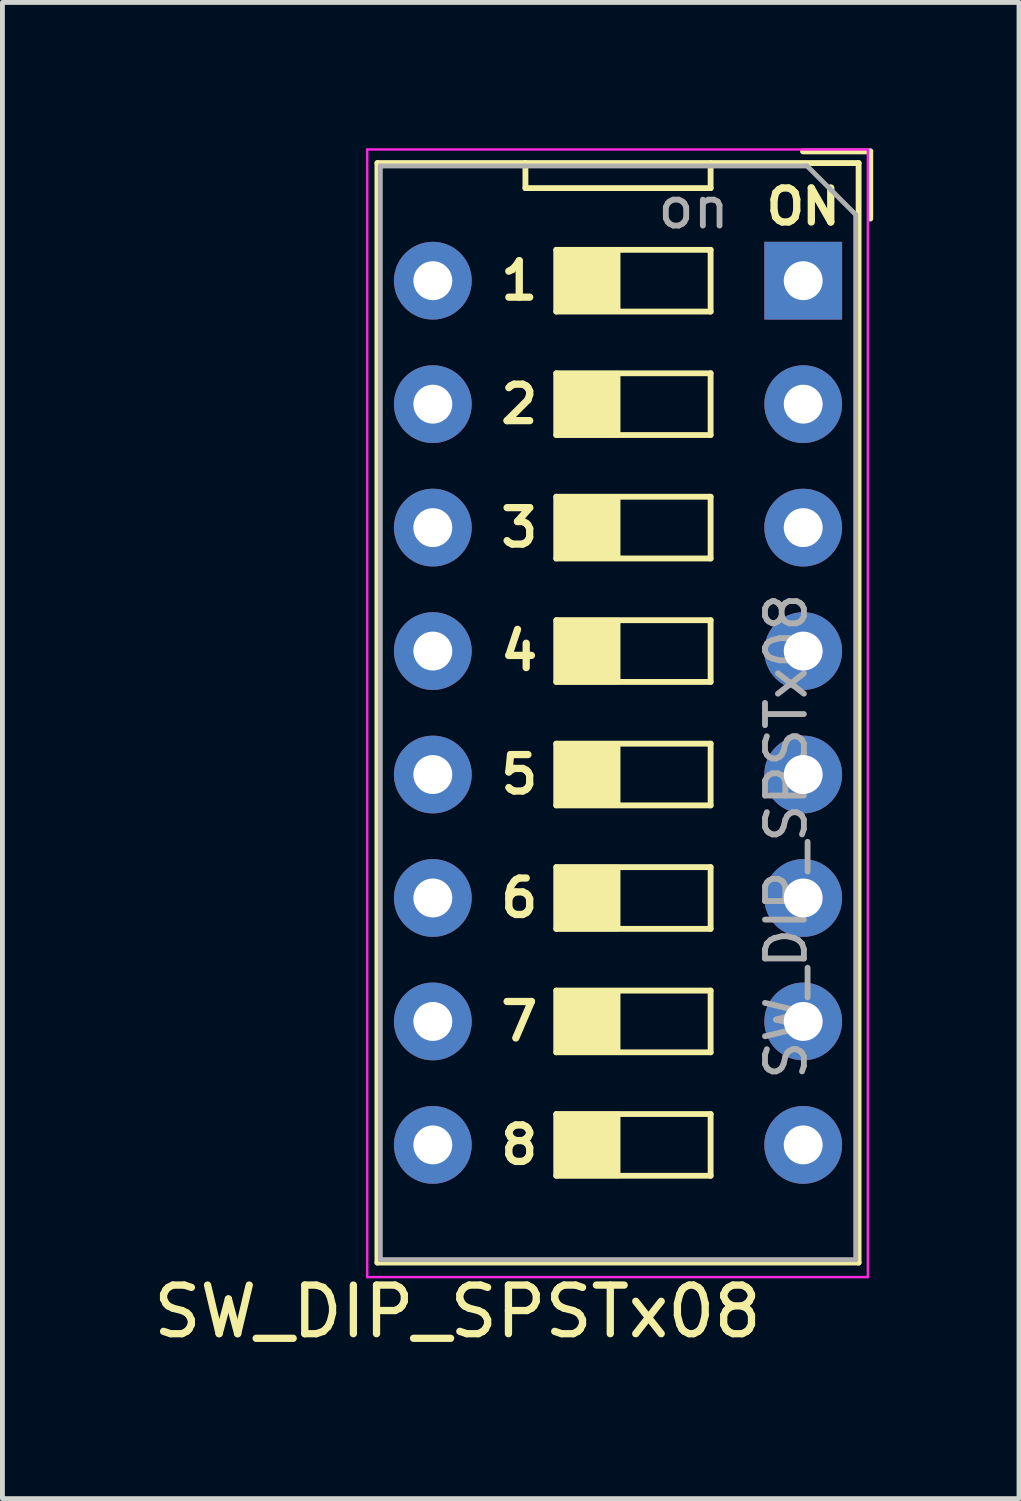
<source format=kicad_pcb>
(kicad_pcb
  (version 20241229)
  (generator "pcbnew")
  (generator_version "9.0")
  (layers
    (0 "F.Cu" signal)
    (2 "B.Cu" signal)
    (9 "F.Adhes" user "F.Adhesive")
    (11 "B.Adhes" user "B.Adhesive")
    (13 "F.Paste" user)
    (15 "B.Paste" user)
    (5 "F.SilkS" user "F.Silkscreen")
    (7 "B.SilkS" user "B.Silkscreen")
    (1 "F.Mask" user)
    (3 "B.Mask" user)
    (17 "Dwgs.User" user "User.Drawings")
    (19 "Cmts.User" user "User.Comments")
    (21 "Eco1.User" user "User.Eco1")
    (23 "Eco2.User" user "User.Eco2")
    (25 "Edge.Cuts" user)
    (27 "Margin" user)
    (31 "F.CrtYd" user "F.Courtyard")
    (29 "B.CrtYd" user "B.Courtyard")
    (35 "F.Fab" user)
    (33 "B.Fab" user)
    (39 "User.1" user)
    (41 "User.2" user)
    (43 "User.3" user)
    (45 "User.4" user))
  (footprint "SW_DIP_SPSTx08"
    (layer "F.Cu")
    (at 5.855 2.725)
    (property "Reference" "SW_DIP_SPSTx08" (at 0.508 21.209 0) (layer "F.SilkS") (effects (font (size 1 1) (thickness 0.15))))
    (attr smd)
    (fp_line (start -1.14 -2.42) (end -1.14 20.201) (stroke (width 0.12) (type solid)) (layer "F.SilkS"))
    (fp_line (start -1.14 -2.42) (end 8.76 -2.42) (stroke (width 0.12) (type solid)) (layer "F.SilkS"))
    (fp_line (start -1.14 20.201) (end 8.76 20.201) (stroke (width 0.12) (type solid)) (layer "F.SilkS"))
    (fp_line (start 1.905 -1.905) (end 1.905 -2.42) (stroke (width 0.12) (type solid)) (layer "F.SilkS"))
    (fp_line (start 2.54 -0.635) (end 5.715 -0.635) (stroke (width 0.12) (type solid)) (layer "F.SilkS"))
    (fp_line (start 2.54 0.635) (end 2.54 -0.635) (stroke (width 0.12) (type solid)) (layer "F.SilkS"))
    (fp_line (start 2.54 1.905) (end 5.715 1.905) (stroke (width 0.12) (type solid)) (layer "F.SilkS"))
    (fp_line (start 2.54 3.175) (end 2.54 1.905) (stroke (width 0.12) (type solid)) (layer "F.SilkS"))
    (fp_line (start 2.54 4.445) (end 5.715 4.445) (stroke (width 0.12) (type solid)) (layer "F.SilkS"))
    (fp_line (start 2.54 5.715) (end 2.54 4.445) (stroke (width 0.12) (type solid)) (layer "F.SilkS"))
    (fp_line (start 2.54 6.985) (end 5.715 6.985) (stroke (width 0.12) (type solid)) (layer "F.SilkS"))
    (fp_line (start 2.54 8.255) (end 2.54 6.985) (stroke (width 0.12) (type solid)) (layer "F.SilkS"))
    (fp_line (start 2.54 9.525) (end 5.715 9.525) (stroke (width 0.12) (type solid)) (layer "F.SilkS"))
    (fp_line (start 2.54 10.795) (end 2.54 9.525) (stroke (width 0.12) (type solid)) (layer "F.SilkS"))
    (fp_line (start 2.54 12.065) (end 5.715 12.065) (stroke (width 0.12) (type solid)) (layer "F.SilkS"))
    (fp_line (start 2.54 13.335) (end 2.54 12.065) (stroke (width 0.12) (type solid)) (layer "F.SilkS"))
    (fp_line (start 2.54 14.605) (end 5.715 14.605) (stroke (width 0.12) (type solid)) (layer "F.SilkS"))
    (fp_line (start 2.54 15.875) (end 2.54 14.605) (stroke (width 0.12) (type solid)) (layer "F.SilkS"))
    (fp_line (start 2.54 17.145) (end 5.715 17.145) (stroke (width 0.12) (type solid)) (layer "F.SilkS"))
    (fp_line (start 2.54 18.415) (end 2.54 17.145) (stroke (width 0.12) (type solid)) (layer "F.SilkS"))
    (fp_line (start 5.715 -1.905) (end 1.905 -1.905) (stroke (width 0.12) (type solid)) (layer "F.SilkS"))
    (fp_line (start 5.715 -1.905) (end 5.715 -2.42) (stroke (width 0.12) (type solid)) (layer "F.SilkS"))
    (fp_line (start 5.715 -0.635) (end 5.715 0.635) (stroke (width 0.12) (type solid)) (layer "F.SilkS"))
    (fp_line (start 5.715 0.635) (end 2.54 0.635) (stroke (width 0.12) (type solid)) (layer "F.SilkS"))
    (fp_line (start 5.715 1.905) (end 5.715 3.175) (stroke (width 0.12) (type solid)) (layer "F.SilkS"))
    (fp_line (start 5.715 3.175) (end 2.54 3.175) (stroke (width 0.12) (type solid)) (layer "F.SilkS"))
    (fp_line (start 5.715 4.445) (end 5.715 5.715) (stroke (width 0.12) (type solid)) (layer "F.SilkS"))
    (fp_line (start 5.715 5.715) (end 2.54 5.715) (stroke (width 0.12) (type solid)) (layer "F.SilkS"))
    (fp_line (start 5.715 6.985) (end 5.715 8.255) (stroke (width 0.12) (type solid)) (layer "F.SilkS"))
    (fp_line (start 5.715 8.255) (end 2.54 8.255) (stroke (width 0.12) (type solid)) (layer "F.SilkS"))
    (fp_line (start 5.715 9.525) (end 5.715 10.795) (stroke (width 0.12) (type solid)) (layer "F.SilkS"))
    (fp_line (start 5.715 10.795) (end 2.54 10.795) (stroke (width 0.12) (type solid)) (layer "F.SilkS"))
    (fp_line (start 5.715 12.065) (end 5.715 13.335) (stroke (width 0.12) (type solid)) (layer "F.SilkS"))
    (fp_line (start 5.715 13.335) (end 2.54 13.335) (stroke (width 0.12) (type solid)) (layer "F.SilkS"))
    (fp_line (start 5.715 14.605) (end 5.715 15.875) (stroke (width 0.12) (type solid)) (layer "F.SilkS"))
    (fp_line (start 5.715 15.875) (end 2.54 15.875) (stroke (width 0.12) (type solid)) (layer "F.SilkS"))
    (fp_line (start 5.715 17.145) (end 5.715 18.415) (stroke (width 0.12) (type solid)) (layer "F.SilkS"))
    (fp_line (start 5.715 18.415) (end 2.54 18.415) (stroke (width 0.12) (type solid)) (layer "F.SilkS"))
    (fp_line (start 8.76 -2.42) (end 8.76 20.201) (stroke (width 0.12) (type solid)) (layer "F.SilkS"))
    (fp_line (start 9 -2.66) (end 7.616 -2.66) (stroke (width 0.12) (type solid)) (layer "F.SilkS"))
    (fp_line (start 9 -2.66) (end 9 -1.277) (stroke (width 0.12) (type solid)) (layer "F.SilkS"))
    (fp_poly (pts (xy 3.81 0.635) (xy 2.54 0.635) (xy 2.54 -0.635) (xy 3.81 -0.635)) (stroke (width 0.1) (type solid)) (fill yes) (layer "F.SilkS"))
    (fp_poly (pts (xy 3.81 3.175) (xy 2.54 3.175) (xy 2.54 1.905) (xy 3.81 1.905)) (stroke (width 0.1) (type solid)) (fill yes) (layer "F.SilkS"))
    (fp_poly (pts (xy 3.81 5.715) (xy 2.54 5.715) (xy 2.54 4.445) (xy 3.81 4.445)) (stroke (width 0.1) (type solid)) (fill yes) (layer "F.SilkS"))
    (fp_poly (pts (xy 3.81 8.255) (xy 2.54 8.255) (xy 2.54 6.985) (xy 3.81 6.985)) (stroke (width 0.1) (type solid)) (fill yes) (layer "F.SilkS"))
    (fp_poly (pts (xy 3.81 10.795) (xy 2.54 10.795) (xy 2.54 9.525) (xy 3.81 9.525)) (stroke (width 0.1) (type solid)) (fill yes) (layer "F.SilkS"))
    (fp_poly (pts (xy 3.81 13.335) (xy 2.54 13.335) (xy 2.54 12.065) (xy 3.81 12.065)) (stroke (width 0.1) (type solid)) (fill yes) (layer "F.SilkS"))
    (fp_poly (pts (xy 3.81 15.875) (xy 2.54 15.875) (xy 2.54 14.605) (xy 3.81 14.605)) (stroke (width 0.1) (type solid)) (fill yes) (layer "F.SilkS"))
    (fp_poly (pts (xy 3.81 18.415) (xy 2.54 18.415) (xy 2.54 17.145) (xy 3.81 17.145)) (stroke (width 0.1) (type solid)) (fill yes) (layer "F.SilkS"))
    (fp_line (start -1.35 -2.7) (end -1.35 20.5) (stroke (width 0.05) (type solid)) (layer "F.CrtYd"))
    (fp_line (start -1.35 20.5) (end 8.95 20.5) (stroke (width 0.05) (type solid)) (layer "F.CrtYd"))
    (fp_line (start 8.95 -2.7) (end -1.35 -2.7) (stroke (width 0.05) (type solid)) (layer "F.CrtYd"))
    (fp_line (start 8.95 20.5) (end 8.95 -2.7) (stroke (width 0.05) (type solid)) (layer "F.CrtYd"))
    (fp_line (start -1.08 -2.36) (end -1.08 20.14) (stroke (width 0.1) (type solid)) (layer "F.Fab"))
    (fp_line (start 7.7 -2.36) (end -1.08 -2.36) (stroke (width 0.1) (type solid)) (layer "F.Fab"))
    (fp_line (start 8.7 -1.36) (end 7.7 -2.36) (stroke (width 0.1) (type solid)) (layer "F.Fab"))
    (fp_line (start 8.7 20.14) (end -1.08 20.14) (stroke (width 0.1) (type solid)) (layer "F.Fab"))
    (fp_line (start 8.7 20.14) (end 8.7 -1.36) (stroke (width 0.1) (type solid)) (layer "F.Fab"))
    (fp_text user "2" (at 1.778 2.54 0) (layer "F.SilkS") (effects (font (size 0.75 0.75) (thickness 0.15))))
    (fp_text user "6" (at 1.778 12.7 0) (layer "F.SilkS") (effects (font (size 0.75 0.75) (thickness 0.15))))
    (fp_text user "8" (at 1.778 17.78 0) (layer "F.SilkS") (effects (font (size 0.75 0.75) (thickness 0.15))))
    (fp_text user "5" (at 1.778 10.16 0) (layer "F.SilkS") (effects (font (size 0.75 0.75) (thickness 0.15))))
    (fp_text user "1" (at 1.778 0 0) (layer "F.SilkS") (effects (font (size 0.75 0.75) (thickness 0.15))))
    (fp_text user "ON" (at 7.62 -1.524 180) (layer "F.SilkS") (effects (font (size 0.7 0.7) (thickness 0.15))))
    (fp_text user "4" (at 1.778 7.62 0) (layer "F.SilkS") (effects (font (size 0.75 0.75) (thickness 0.15))))
    (fp_text user "3" (at 1.778 5.08 0) (layer "F.SilkS") (effects (font (size 0.75 0.75) (thickness 0.15))))
    (fp_text user "7" (at 1.778 15.24 0) (layer "F.SilkS") (effects (font (size 0.75 0.75) (thickness 0.15))))
    (fp_text user "${REFERENCE}" (at 7.27 11.43 90) (layer "F.Fab") (effects (font (size 0.8 0.8) (thickness 0.12))))
    (fp_text user "on" (at 5.365 -1.498 0) (layer "F.Fab") (effects (font (size 0.8 0.8) (thickness 0.12))))
    (pad "1" thru_hole rect (at 7.62 0) (size 1.6 1.6) (drill 0.8) (layers "*.Cu" "*.Mask"))
    (pad "2" thru_hole oval (at 7.62 2.54) (size 1.6 1.6) (drill 0.8) (layers "*.Cu" "*.Mask"))
    (pad "3" thru_hole oval (at 7.62 5.08) (size 1.6 1.6) (drill 0.8) (layers "*.Cu" "*.Mask"))
    (pad "4" thru_hole oval (at 7.62 7.62) (size 1.6 1.6) (drill 0.8) (layers "*.Cu" "*.Mask"))
    (pad "5" thru_hole oval (at 7.62 10.16) (size 1.6 1.6) (drill 0.8) (layers "*.Cu" "*.Mask"))
    (pad "6" thru_hole oval (at 7.62 12.7) (size 1.6 1.6) (drill 0.8) (layers "*.Cu" "*.Mask"))
    (pad "7" thru_hole oval (at 7.62 15.24) (size 1.6 1.6) (drill 0.8) (layers "*.Cu" "*.Mask"))
    (pad "8" thru_hole oval (at 7.62 17.78) (size 1.6 1.6) (drill 0.8) (layers "*.Cu" "*.Mask"))
    (pad "9" thru_hole oval (at 0 17.78) (size 1.6 1.6) (drill 0.8) (layers "*.Cu" "*.Mask"))
    (pad "10" thru_hole oval (at 0 15.24) (size 1.6 1.6) (drill 0.8) (layers "*.Cu" "*.Mask"))
    (pad "11" thru_hole oval (at 0 12.7) (size 1.6 1.6) (drill 0.8) (layers "*.Cu" "*.Mask"))
    (pad "12" thru_hole oval (at 0 10.16) (size 1.6 1.6) (drill 0.8) (layers "*.Cu" "*.Mask"))
    (pad "13" thru_hole oval (at 0 7.62) (size 1.6 1.6) (drill 0.8) (layers "*.Cu" "*.Mask"))
    (pad "14" thru_hole oval (at 0 5.08) (size 1.6 1.6) (drill 0.8) (layers "*.Cu" "*.Mask"))
    (pad "15" thru_hole oval (at 0 2.54) (size 1.6 1.6) (drill 0.8) (layers "*.Cu" "*.Mask"))
    (pad "16" thru_hole oval (at 0 0) (size 1.6 1.6) (drill 0.8) (layers "*.Cu" "*.Mask")))
  (gr_rect
    (start -3 -3)
    (end 17.915 27.782)
    (stroke (width 0.1) (type default))
    (fill no)
    (layer "Edge.Cuts")))
</source>
